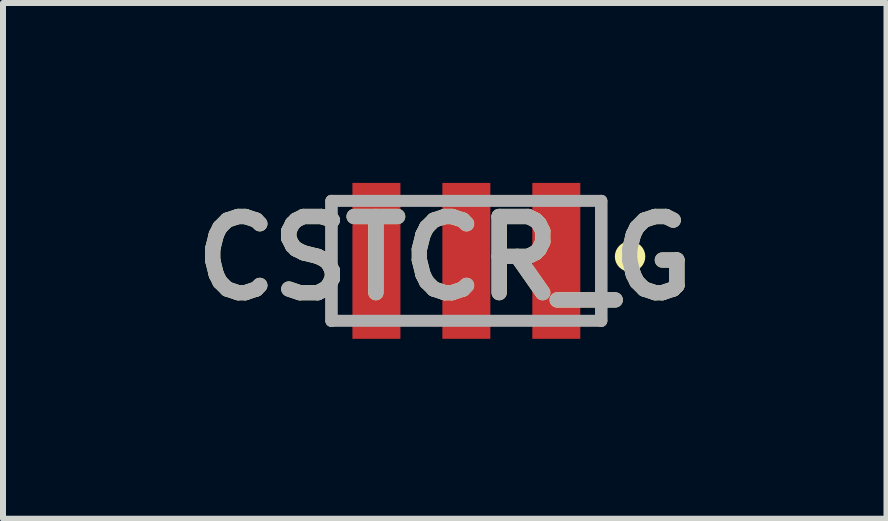
<source format=kicad_pcb>
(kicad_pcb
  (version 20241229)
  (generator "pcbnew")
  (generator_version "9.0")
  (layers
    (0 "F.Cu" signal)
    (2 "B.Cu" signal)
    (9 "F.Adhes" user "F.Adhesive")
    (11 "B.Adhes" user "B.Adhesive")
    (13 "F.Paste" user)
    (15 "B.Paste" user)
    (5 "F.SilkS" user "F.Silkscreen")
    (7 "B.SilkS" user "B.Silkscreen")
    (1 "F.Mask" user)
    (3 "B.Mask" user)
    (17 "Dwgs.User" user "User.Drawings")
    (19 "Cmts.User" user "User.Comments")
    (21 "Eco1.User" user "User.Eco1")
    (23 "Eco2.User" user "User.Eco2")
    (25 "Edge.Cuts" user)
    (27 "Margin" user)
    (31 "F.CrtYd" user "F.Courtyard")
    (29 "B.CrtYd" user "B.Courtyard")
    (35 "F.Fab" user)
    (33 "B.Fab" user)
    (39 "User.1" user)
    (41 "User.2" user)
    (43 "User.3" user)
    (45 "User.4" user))
  (footprint "CSTCR_G"
    (layer "F.Cu")
    (at 4.727 1.3)
    (property "Reference" "CSTCR_G" (at -0.36 -0.044 0) (layer "F.SilkS") (effects (font (size 1.27 1.27) (thickness 0.254))))
    (attr smd)
    (fp_line (start -2.25 -1) (end -2.25 1) (stroke (width 0.2) (type solid)) (layer "F.SilkS"))
    (fp_line (start 2.25 1) (end 2.25 -1) (stroke (width 0.2) (type solid)) (layer "F.SilkS"))
    (fp_circle (center 2.73 -0.072) (end 2.73 -0.018) (stroke (width 0.2) (type solid)) (fill no) (layer "F.SilkS"))
    (fp_line (start -2.25 -1) (end 2.25 -1) (stroke (width 0.2) (type solid)) (layer "F.Fab"))
    (fp_line (start -2.25 1) (end -2.25 -1) (stroke (width 0.2) (type solid)) (layer "F.Fab"))
    (fp_line (start 2.25 -1) (end 2.25 1) (stroke (width 0.2) (type solid)) (layer "F.Fab"))
    (fp_line (start 2.25 1) (end -2.25 1) (stroke (width 0.2) (type solid)) (layer "F.Fab"))
    (fp_text user "${REFERENCE}" (at -0.36 -0.044 0) (layer "F.Fab") (effects (font (size 1.27 1.27) (thickness 0.254))))
    (pad "1" smd rect (at 1.5 0) (size 0.8 2.6) (layers "F.Cu" "F.Mask" "F.Paste"))
    (pad "2" smd rect (at 0 0) (size 0.8 2.6) (layers "F.Cu" "F.Mask" "F.Paste"))
    (pad "3" smd rect (at -1.5 0) (size 0.8 2.6) (layers "F.Cu" "F.Mask" "F.Paste")))
  (gr_rect
    (start -3 -3)
    (end 11.733 5.6)
    (stroke (width 0.1) (type default))
    (fill no)
    (layer "Edge.Cuts")))
</source>
